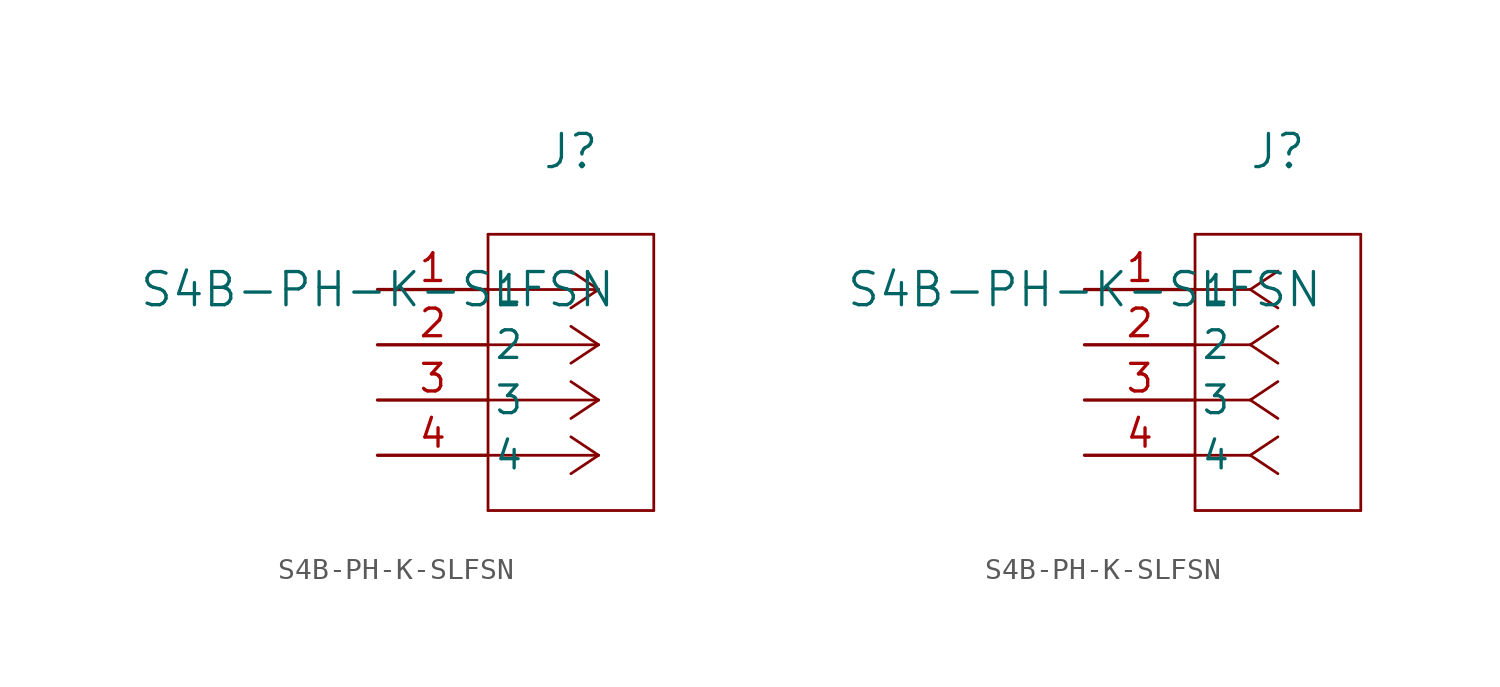
<source format=kicad_sym>
(kicad_symbol_lib
  (version 20211014)
  (generator kicad_symbol_editor)
  (symbol "S4B-PH-K-SLFSN"
    (pin_names
      (offset 0.254))
    (property "Reference" "J"
      (at 8.89 6.35 0)
      (effects (font (size 1.524 1.524))))
    (property "Value" "S4B-PH-K-SLFSN"
      (at 0 0 0)
      (effects (font (size 1.524 1.524))))
    (symbol "S4B-PH-K-SLFSN_1_1"
      (polyline (pts (xy 10.16 0) (xy 5.08 0)) (stroke (width 0.127) (type default) (color 0 0 0 0)) (fill (type none)))
      (polyline (pts (xy 10.16 -2.54) (xy 5.08 -2.54)) (stroke (width 0.127) (type default) (color 0 0 0 0)) (fill (type none)))
      (polyline (pts (xy 10.16 -5.08) (xy 5.08 -5.08)) (stroke (width 0.127) (type default) (color 0 0 0 0)) (fill (type none)))
      (polyline (pts (xy 10.16 -7.62) (xy 5.08 -7.62)) (stroke (width 0.127) (type default) (color 0 0 0 0)) (fill (type none)))
      (polyline (pts (xy 10.16 0) (xy 8.89 0.847)) (stroke (width 0.127) (type default) (color 0 0 0 0)) (fill (type none)))
      (polyline (pts (xy 10.16 -2.54) (xy 8.89 -1.693)) (stroke (width 0.127) (type default) (color 0 0 0 0)) (fill (type none)))
      (polyline (pts (xy 10.16 -5.08) (xy 8.89 -4.233)) (stroke (width 0.127) (type default) (color 0 0 0 0)) (fill (type none)))
      (polyline (pts (xy 10.16 -7.62) (xy 8.89 -6.773)) (stroke (width 0.127) (type default) (color 0 0 0 0)) (fill (type none)))
      (polyline (pts (xy 10.16 0) (xy 8.89 -0.847)) (stroke (width 0.127) (type default) (color 0 0 0 0)) (fill (type none)))
      (polyline (pts (xy 10.16 -2.54) (xy 8.89 -3.387)) (stroke (width 0.127) (type default) (color 0 0 0 0)) (fill (type none)))
      (polyline (pts (xy 10.16 -5.08) (xy 8.89 -5.927)) (stroke (width 0.127) (type default) (color 0 0 0 0)) (fill (type none)))
      (polyline (pts (xy 10.16 -7.62) (xy 8.89 -8.467)) (stroke (width 0.127) (type default) (color 0 0 0 0)) (fill (type none)))
      (polyline (pts (xy 5.08 2.54) (xy 5.08 -10.16)) (stroke (width 0.127) (type default) (color 0 0 0 0)) (fill (type none)))
      (polyline (pts (xy 5.08 -10.16) (xy 12.7 -10.16)) (stroke (width 0.127) (type default) (color 0 0 0 0)) (fill (type none)))
      (polyline (pts (xy 12.7 -10.16) (xy 12.7 2.54)) (stroke (width 0.127) (type default) (color 0 0 0 0)) (fill (type none)))
      (polyline (pts (xy 12.7 2.54) (xy 5.08 2.54)) (stroke (width 0.127) (type default) (color 0 0 0 0)) (fill (type none)))
      (pin unspecified line (at 0 0 0) (length 5.08) (name "1" (effects (font (size 1.27 1.27)))) (number "1" (effects (font (size 1.27 1.27)))))
      (pin unspecified line (at 0 -2.54 0) (length 5.08) (name "2" (effects (font (size 1.27 1.27)))) (number "2" (effects (font (size 1.27 1.27)))))
      (pin unspecified line (at 0 -5.08 0) (length 5.08) (name "3" (effects (font (size 1.27 1.27)))) (number "3" (effects (font (size 1.27 1.27)))))
      (pin unspecified line (at 0 -7.62 0) (length 5.08) (name "4" (effects (font (size 1.27 1.27)))) (number "4" (effects (font (size 1.27 1.27))))))
    (symbol "S4B-PH-K-SLFSN_1_2"
      (polyline (pts (xy 7.62 0) (xy 5.08 0)) (stroke (width 0.127) (type default) (color 0 0 0 0)) (fill (type none)))
      (polyline (pts (xy 7.62 -2.54) (xy 5.08 -2.54)) (stroke (width 0.127) (type default) (color 0 0 0 0)) (fill (type none)))
      (polyline (pts (xy 7.62 -5.08) (xy 5.08 -5.08)) (stroke (width 0.127) (type default) (color 0 0 0 0)) (fill (type none)))
      (polyline (pts (xy 7.62 -7.62) (xy 5.08 -7.62)) (stroke (width 0.127) (type default) (color 0 0 0 0)) (fill (type none)))
      (polyline (pts (xy 7.62 0) (xy 8.89 0.847)) (stroke (width 0.127) (type default) (color 0 0 0 0)) (fill (type none)))
      (polyline (pts (xy 7.62 -2.54) (xy 8.89 -1.693)) (stroke (width 0.127) (type default) (color 0 0 0 0)) (fill (type none)))
      (polyline (pts (xy 7.62 -5.08) (xy 8.89 -4.233)) (stroke (width 0.127) (type default) (color 0 0 0 0)) (fill (type none)))
      (polyline (pts (xy 7.62 -7.62) (xy 8.89 -6.773)) (stroke (width 0.127) (type default) (color 0 0 0 0)) (fill (type none)))
      (polyline (pts (xy 7.62 0) (xy 8.89 -0.847)) (stroke (width 0.127) (type default) (color 0 0 0 0)) (fill (type none)))
      (polyline (pts (xy 7.62 -2.54) (xy 8.89 -3.387)) (stroke (width 0.127) (type default) (color 0 0 0 0)) (fill (type none)))
      (polyline (pts (xy 7.62 -5.08) (xy 8.89 -5.927)) (stroke (width 0.127) (type default) (color 0 0 0 0)) (fill (type none)))
      (polyline (pts (xy 7.62 -7.62) (xy 8.89 -8.467)) (stroke (width 0.127) (type default) (color 0 0 0 0)) (fill (type none)))
      (polyline (pts (xy 5.08 2.54) (xy 5.08 -10.16)) (stroke (width 0.127) (type default) (color 0 0 0 0)) (fill (type none)))
      (polyline (pts (xy 5.08 -10.16) (xy 12.7 -10.16)) (stroke (width 0.127) (type default) (color 0 0 0 0)) (fill (type none)))
      (polyline (pts (xy 12.7 -10.16) (xy 12.7 2.54)) (stroke (width 0.127) (type default) (color 0 0 0 0)) (fill (type none)))
      (polyline (pts (xy 12.7 2.54) (xy 5.08 2.54)) (stroke (width 0.127) (type default) (color 0 0 0 0)) (fill (type none)))
      (pin unspecified line (at 0 0 0) (length 5.08) (name "1" (effects (font (size 1.27 1.27)))) (number "1" (effects (font (size 1.27 1.27)))))
      (pin unspecified line (at 0 -2.54 0) (length 5.08) (name "2" (effects (font (size 1.27 1.27)))) (number "2" (effects (font (size 1.27 1.27)))))
      (pin unspecified line (at 0 -5.08 0) (length 5.08) (name "3" (effects (font (size 1.27 1.27)))) (number "3" (effects (font (size 1.27 1.27)))))
      (pin unspecified line (at 0 -7.62 0) (length 5.08) (name "4" (effects (font (size 1.27 1.27)))) (number "4" (effects (font (size 1.27 1.27))))))))
</source>
